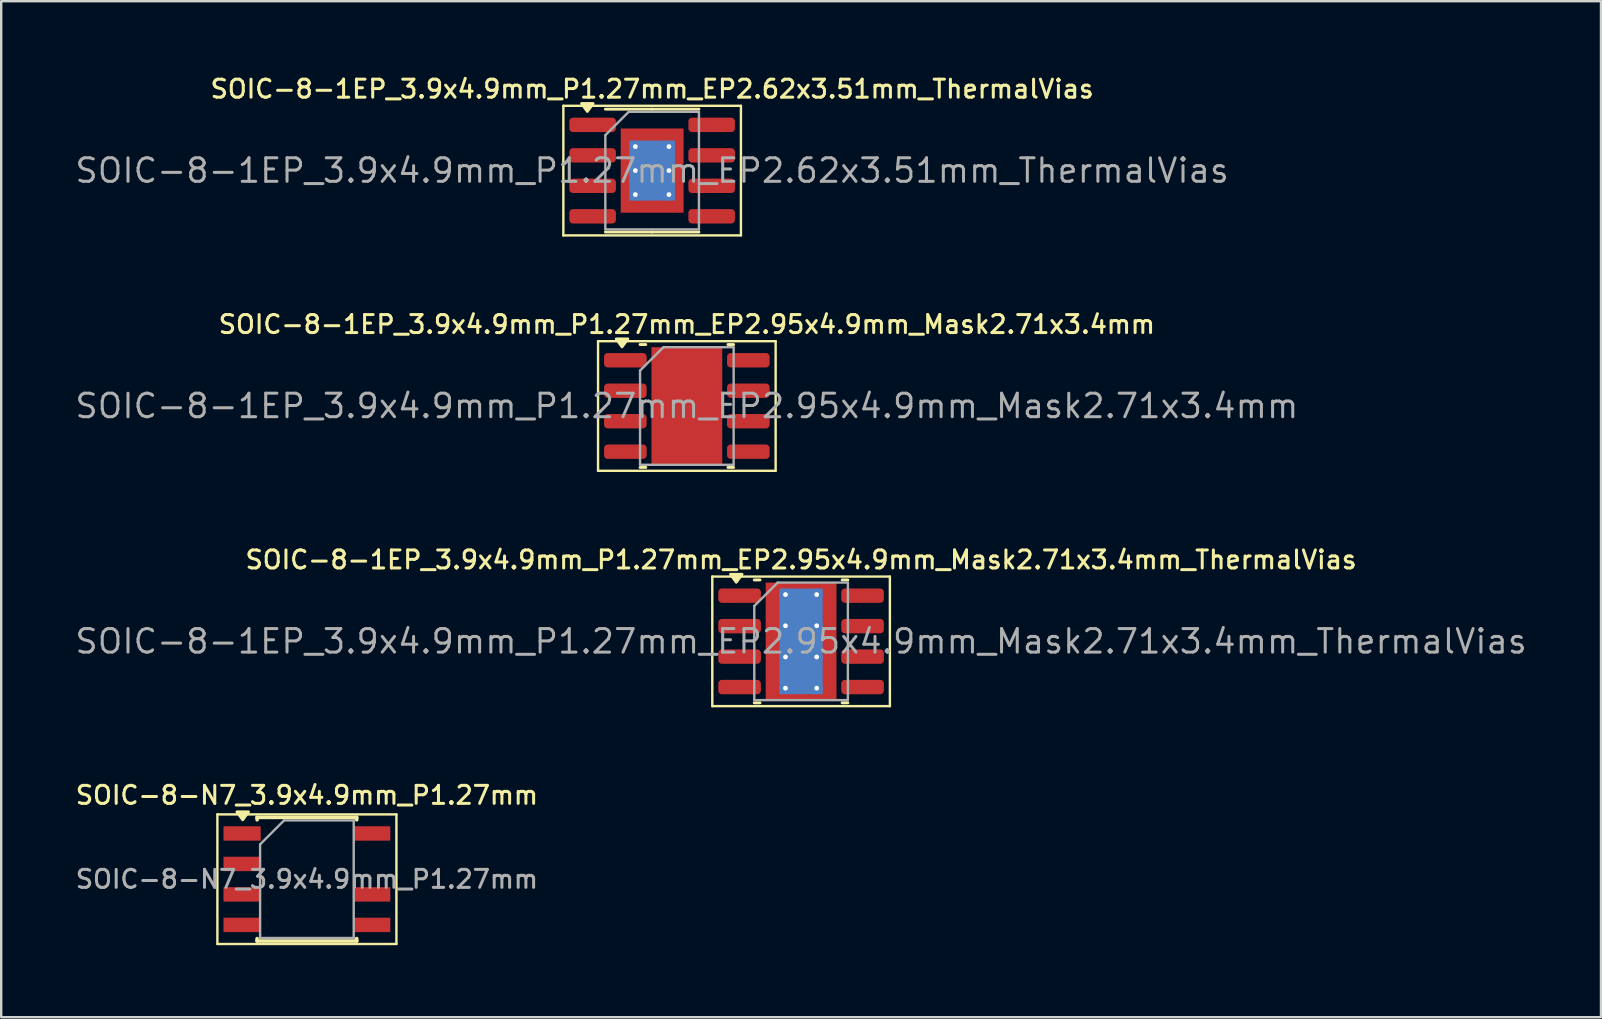
<source format=kicad_pcb>
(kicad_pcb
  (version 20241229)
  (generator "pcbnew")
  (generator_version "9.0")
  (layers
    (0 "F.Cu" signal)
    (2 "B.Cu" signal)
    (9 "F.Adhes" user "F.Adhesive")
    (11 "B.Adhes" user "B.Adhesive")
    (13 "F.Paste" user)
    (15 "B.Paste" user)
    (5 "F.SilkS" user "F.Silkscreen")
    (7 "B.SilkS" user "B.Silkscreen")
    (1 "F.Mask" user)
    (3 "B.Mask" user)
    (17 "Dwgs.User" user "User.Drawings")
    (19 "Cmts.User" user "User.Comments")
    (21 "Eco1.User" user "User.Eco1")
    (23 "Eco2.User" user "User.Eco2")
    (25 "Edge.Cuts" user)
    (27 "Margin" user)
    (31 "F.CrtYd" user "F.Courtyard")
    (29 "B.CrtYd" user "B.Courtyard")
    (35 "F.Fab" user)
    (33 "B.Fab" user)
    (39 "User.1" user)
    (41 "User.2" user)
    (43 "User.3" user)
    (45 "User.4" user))
  (footprint "SOIC-8-1EP_3.9x4.9mm_P1.27mm_EP2.62x3.51mm_ThermalVias"
    (layer "F.Cu")
    (at 24.123 4.058)
    (property "Reference" "SOIC-8-1EP_3.9x4.9mm_P1.27mm_EP2.62x3.51mm_ThermalVias" (at 0 -3.4 0) (layer "F.SilkS") (effects (font (size 0.75 0.75) (thickness 0.125))))
    (attr smd)
    (fp_line (start -3.7 -2.7) (end -3.7 2.7) (stroke (width 0.1) (type solid)) (layer "F.SilkS"))
    (fp_line (start -3.7 2.7) (end 3.7 2.7) (stroke (width 0.1) (type solid)) (layer "F.SilkS"))
    (fp_line (start 0 -2.56) (end -1.95 -2.56) (stroke (width 0.12) (type solid)) (layer "F.SilkS"))
    (fp_line (start 0 -2.56) (end 1.95 -2.56) (stroke (width 0.12) (type solid)) (layer "F.SilkS"))
    (fp_line (start 0 2.56) (end -1.95 2.56) (stroke (width 0.12) (type solid)) (layer "F.SilkS"))
    (fp_line (start 0 2.56) (end 1.95 2.56) (stroke (width 0.12) (type solid)) (layer "F.SilkS"))
    (fp_line (start 3.7 -2.7) (end -3.7 -2.7) (stroke (width 0.1) (type solid)) (layer "F.SilkS"))
    (fp_line (start 3.7 2.7) (end 3.7 -2.7) (stroke (width 0.1) (type solid)) (layer "F.SilkS"))
    (fp_poly (pts (xy -2.7 -2.465) (xy -2.94 -2.795) (xy -2.46 -2.795) (xy -2.7 -2.465)) (stroke (width 0.12) (type solid)) (fill yes) (layer "F.SilkS"))
    (fp_line (start -1.95 -1.475) (end -0.975 -2.45) (stroke (width 0.1) (type solid)) (layer "F.Fab"))
    (fp_line (start -1.95 2.45) (end -1.95 -1.475) (stroke (width 0.1) (type solid)) (layer "F.Fab"))
    (fp_line (start -0.975 -2.45) (end 1.95 -2.45) (stroke (width 0.1) (type solid)) (layer "F.Fab"))
    (fp_line (start 1.95 -2.45) (end 1.95 2.45) (stroke (width 0.1) (type solid)) (layer "F.Fab"))
    (fp_line (start 1.95 2.45) (end -1.95 2.45) (stroke (width 0.1) (type solid)) (layer "F.Fab"))
    (fp_text user "${REFERENCE}" (at 0 0 0) (layer "F.Fab") (effects (font (size 0.98 0.98) (thickness 0.125))))
    (pad "" smd roundrect (at -0.655 -0.875) (size 1.1 1.47) (layers "F.Paste") (roundrect_rratio 0.227))
    (pad "" smd roundrect (at -0.655 0.875) (size 1.1 1.47) (layers "F.Paste") (roundrect_rratio 0.227))
    (pad "" smd roundrect (at 0.655 -0.875) (size 1.1 1.47) (layers "F.Paste") (roundrect_rratio 0.227))
    (pad "" smd roundrect (at 0.655 0.875) (size 1.1 1.47) (layers "F.Paste") (roundrect_rratio 0.227))
    (pad "1" smd roundrect (at -2.48 -1.905) (size 1.94 0.6) (layers "F.Cu" "F.Mask" "F.Paste") (roundrect_rratio 0.25))
    (pad "2" smd roundrect (at -2.48 -0.635) (size 1.94 0.6) (layers "F.Cu" "F.Mask" "F.Paste") (roundrect_rratio 0.25))
    (pad "3" smd roundrect (at -2.48 0.635) (size 1.94 0.6) (layers "F.Cu" "F.Mask" "F.Paste") (roundrect_rratio 0.25))
    (pad "4" smd roundrect (at -2.48 1.905) (size 1.94 0.6) (layers "F.Cu" "F.Mask" "F.Paste") (roundrect_rratio 0.25))
    (pad "5" smd roundrect (at 2.48 1.905) (size 1.94 0.6) (layers "F.Cu" "F.Mask" "F.Paste") (roundrect_rratio 0.25))
    (pad "6" smd roundrect (at 2.48 0.635) (size 1.94 0.6) (layers "F.Cu" "F.Mask" "F.Paste") (roundrect_rratio 0.25))
    (pad "7" smd roundrect (at 2.48 -0.635) (size 1.94 0.6) (layers "F.Cu" "F.Mask" "F.Paste") (roundrect_rratio 0.25))
    (pad "8" smd roundrect (at 2.48 -1.905) (size 1.94 0.6) (layers "F.Cu" "F.Mask" "F.Paste") (roundrect_rratio 0.25))
    (pad "9" thru_hole circle (at -0.7 -1) (size 0.5 0.5) (drill 0.2) (property pad_prop_heatsink) (layers "*.Cu"))
    (pad "9" thru_hole circle (at -0.7 0) (size 0.5 0.5) (drill 0.2) (property pad_prop_heatsink) (layers "*.Cu"))
    (pad "9" thru_hole circle (at -0.7 1) (size 0.5 0.5) (drill 0.2) (property pad_prop_heatsink) (layers "*.Cu"))
    (pad "9" smd rect (at 0 0) (size 1.9 2.5) (property pad_prop_heatsink) (layers "B.Cu"))
    (pad "9" smd rect (at 0 0) (size 2.62 3.51) (property pad_prop_heatsink) (layers "F.Cu" "F.Mask"))
    (pad "9" thru_hole circle (at 0.7 -1) (size 0.5 0.5) (drill 0.2) (property pad_prop_heatsink) (layers "*.Cu"))
    (pad "9" thru_hole circle (at 0.7 0) (size 0.5 0.5) (drill 0.2) (property pad_prop_heatsink) (layers "*.Cu"))
    (pad "9" thru_hole circle (at 0.7 1) (size 0.5 0.5) (drill 0.2) (property pad_prop_heatsink) (layers "*.Cu")))
  (footprint "SOIC-8-1EP_3.9x4.9mm_P1.27mm_EP2.95x4.9mm_Mask2.71x3.4mm_ThermalVias"
    (layer "F.Cu")
    (at 30.329 23.674)
    (property "Reference" "SOIC-8-1EP_3.9x4.9mm_P1.27mm_EP2.95x4.9mm_Mask2.71x3.4mm_ThermalVias" (at 0 -3.4 0) (layer "F.SilkS") (effects (font (size 0.75 0.75) (thickness 0.125))))
    (attr smd)
    (fp_line (start -3.7 -2.7) (end -3.7 2.7) (stroke (width 0.1) (type solid)) (layer "F.SilkS"))
    (fp_line (start -3.7 2.7) (end 3.7 2.7) (stroke (width 0.1) (type solid)) (layer "F.SilkS"))
    (fp_line (start -1.711 -2.56) (end -1.95 -2.56) (stroke (width 0.12) (type solid)) (layer "F.SilkS"))
    (fp_line (start -1.711 2.56) (end -1.95 2.56) (stroke (width 0.12) (type solid)) (layer "F.SilkS"))
    (fp_line (start 1.711 -2.56) (end 1.95 -2.56) (stroke (width 0.12) (type solid)) (layer "F.SilkS"))
    (fp_line (start 1.711 2.56) (end 1.95 2.56) (stroke (width 0.12) (type solid)) (layer "F.SilkS"))
    (fp_line (start 3.7 -2.7) (end -3.7 -2.7) (stroke (width 0.1) (type solid)) (layer "F.SilkS"))
    (fp_line (start 3.7 2.7) (end 3.7 -2.7) (stroke (width 0.1) (type solid)) (layer "F.SilkS"))
    (fp_poly (pts (xy -2.7 -2.465) (xy -2.94 -2.795) (xy -2.46 -2.795) (xy -2.7 -2.465)) (stroke (width 0.12) (type solid)) (fill yes) (layer "F.SilkS"))
    (fp_line (start -1.95 -1.475) (end -0.975 -2.45) (stroke (width 0.1) (type solid)) (layer "F.Fab"))
    (fp_line (start -1.95 2.45) (end -1.95 -1.475) (stroke (width 0.1) (type solid)) (layer "F.Fab"))
    (fp_line (start -0.975 -2.45) (end 1.95 -2.45) (stroke (width 0.1) (type solid)) (layer "F.Fab"))
    (fp_line (start 1.95 -2.45) (end 1.95 2.45) (stroke (width 0.1) (type solid)) (layer "F.Fab"))
    (fp_line (start 1.95 2.45) (end -1.95 2.45) (stroke (width 0.1) (type solid)) (layer "F.Fab"))
    (fp_text user "${REFERENCE}" (at 0 0 0) (layer "F.Fab") (effects (font (size 0.98 0.98) (thickness 0.125))))
    (pad "" smd roundrect (at -0.68 -0.85) (size 1.13 1.42) (layers "F.Paste") (roundrect_rratio 0.221))
    (pad "" smd roundrect (at -0.68 0.85) (size 1.13 1.42) (layers "F.Paste") (roundrect_rratio 0.221))
    (pad "" smd rect (at 0 0) (size 2.71 3.4) (layers "F.Mask"))
    (pad "" smd roundrect (at 0.68 -0.85) (size 1.13 1.42) (layers "F.Paste") (roundrect_rratio 0.221))
    (pad "" smd roundrect (at 0.68 0.85) (size 1.13 1.42) (layers "F.Paste") (roundrect_rratio 0.221))
    (pad "1" smd roundrect (at -2.562 -1.905) (size 1.775 0.6) (layers "F.Cu" "F.Mask" "F.Paste") (roundrect_rratio 0.25))
    (pad "2" smd roundrect (at -2.562 -0.635) (size 1.775 0.6) (layers "F.Cu" "F.Mask" "F.Paste") (roundrect_rratio 0.25))
    (pad "3" smd roundrect (at -2.562 0.635) (size 1.775 0.6) (layers "F.Cu" "F.Mask" "F.Paste") (roundrect_rratio 0.25))
    (pad "4" smd roundrect (at -2.562 1.905) (size 1.775 0.6) (layers "F.Cu" "F.Mask" "F.Paste") (roundrect_rratio 0.25))
    (pad "5" smd roundrect (at 2.562 1.905) (size 1.775 0.6) (layers "F.Cu" "F.Mask" "F.Paste") (roundrect_rratio 0.25))
    (pad "6" smd roundrect (at 2.562 0.635) (size 1.775 0.6) (layers "F.Cu" "F.Mask" "F.Paste") (roundrect_rratio 0.25))
    (pad "7" smd roundrect (at 2.562 -0.635) (size 1.775 0.6) (layers "F.Cu" "F.Mask" "F.Paste") (roundrect_rratio 0.25))
    (pad "8" smd roundrect (at 2.562 -1.905) (size 1.775 0.6) (layers "F.Cu" "F.Mask" "F.Paste") (roundrect_rratio 0.25))
    (pad "9" thru_hole circle (at -0.65 -1.95) (size 0.5 0.5) (drill 0.2) (property pad_prop_heatsink) (layers "*.Cu"))
    (pad "9" thru_hole circle (at -0.65 -0.65) (size 0.5 0.5) (drill 0.2) (property pad_prop_heatsink) (layers "*.Cu"))
    (pad "9" thru_hole circle (at -0.65 0.65) (size 0.5 0.5) (drill 0.2) (property pad_prop_heatsink) (layers "*.Cu"))
    (pad "9" thru_hole circle (at -0.65 1.95) (size 0.5 0.5) (drill 0.2) (property pad_prop_heatsink) (layers "*.Cu"))
    (pad "9" smd rect (at 0 0) (size 1.8 4.4) (property pad_prop_heatsink) (layers "B.Cu"))
    (pad "9" smd rect (at 0 0) (size 2.95 4.9) (property pad_prop_heatsink) (layers "F.Cu"))
    (pad "9" thru_hole circle (at 0.65 -1.95) (size 0.5 0.5) (drill 0.2) (property pad_prop_heatsink) (layers "*.Cu"))
    (pad "9" thru_hole circle (at 0.65 -0.65) (size 0.5 0.5) (drill 0.2) (property pad_prop_heatsink) (layers "*.Cu"))
    (pad "9" thru_hole circle (at 0.65 0.65) (size 0.5 0.5) (drill 0.2) (property pad_prop_heatsink) (layers "*.Cu"))
    (pad "9" thru_hole circle (at 0.65 1.95) (size 0.5 0.5) (drill 0.2) (property pad_prop_heatsink) (layers "*.Cu")))
  (footprint "SOIC-8-N7_3.9x4.9mm_P1.27mm"
    (layer "F.Cu")
    (at 9.738 33.583)
    (property "Reference" "SOIC-8-N7_3.9x4.9mm_P1.27mm" (at 0 -3.5 0) (layer "F.SilkS") (effects (font (size 0.75 0.75) (thickness 0.125))))
    (attr smd)
    (fp_line (start -3.73 -2.7) (end -3.73 2.7) (stroke (width 0.1) (type solid)) (layer "F.SilkS"))
    (fp_line (start -3.73 -2.7) (end 3.73 -2.7) (stroke (width 0.1) (type solid)) (layer "F.SilkS"))
    (fp_line (start -3.73 2.7) (end 3.73 2.7) (stroke (width 0.1) (type solid)) (layer "F.SilkS"))
    (fp_line (start -2.075 -2.575) (end -2.075 -2.475) (stroke (width 0.15) (type solid)) (layer "F.SilkS"))
    (fp_line (start -2.075 -2.575) (end 2.075 -2.575) (stroke (width 0.15) (type solid)) (layer "F.SilkS"))
    (fp_line (start -2.075 2.475) (end -2.075 2.575) (stroke (width 0.15) (type solid)) (layer "F.SilkS"))
    (fp_line (start -2.075 2.575) (end 2.075 2.575) (stroke (width 0.15) (type solid)) (layer "F.SilkS"))
    (fp_line (start 2.075 -2.575) (end 2.075 -2.475) (stroke (width 0.15) (type solid)) (layer "F.SilkS"))
    (fp_line (start 2.075 2.575) (end 2.075 2.475) (stroke (width 0.15) (type solid)) (layer "F.SilkS"))
    (fp_line (start 3.73 -2.7) (end 3.73 2.7) (stroke (width 0.1) (type solid)) (layer "F.SilkS"))
    (fp_poly (pts (xy -2.675 -2.475) (xy -2.915 -2.805) (xy -2.435 -2.805) (xy -2.675 -2.475)) (stroke (width 0.12) (type solid)) (fill yes) (layer "F.SilkS"))
    (fp_line (start -1.95 -1.45) (end -0.95 -2.45) (stroke (width 0.1) (type solid)) (layer "F.Fab"))
    (fp_line (start -1.95 2.45) (end -1.95 -1.45) (stroke (width 0.1) (type solid)) (layer "F.Fab"))
    (fp_line (start -0.95 -2.45) (end 1.95 -2.45) (stroke (width 0.1) (type solid)) (layer "F.Fab"))
    (fp_line (start 1.95 -2.45) (end 1.95 2.45) (stroke (width 0.1) (type solid)) (layer "F.Fab"))
    (fp_line (start 1.95 2.45) (end -1.95 2.45) (stroke (width 0.1) (type solid)) (layer "F.Fab"))
    (fp_text user "${REFERENCE}" (at 0 0 0) (layer "F.Fab") (effects (font (size 0.75 0.75) (thickness 0.125))))
    (pad "1" smd rect (at -2.7 -1.905) (size 1.55 0.6) (layers "F.Cu" "F.Mask" "F.Paste"))
    (pad "2" smd rect (at -2.7 -0.635) (size 1.55 0.6) (layers "F.Cu" "F.Mask" "F.Paste"))
    (pad "3" smd rect (at -2.7 0.635) (size 1.55 0.6) (layers "F.Cu" "F.Mask" "F.Paste"))
    (pad "4" smd rect (at -2.7 1.905) (size 1.55 0.6) (layers "F.Cu" "F.Mask" "F.Paste"))
    (pad "5" smd rect (at 2.7 1.905) (size 1.55 0.6) (layers "F.Cu" "F.Mask" "F.Paste"))
    (pad "6" smd rect (at 2.7 0.635) (size 1.55 0.6) (layers "F.Cu" "F.Mask" "F.Paste"))
    (pad "8" smd rect (at 2.7 -1.905) (size 1.55 0.6) (layers "F.Cu" "F.Mask" "F.Paste")))
  (footprint "SOIC-8-1EP_3.9x4.9mm_P1.27mm_EP2.95x4.9mm_Mask2.71x3.4mm"
    (layer "F.Cu")
    (at 25.569 13.866)
    (property "Reference" "SOIC-8-1EP_3.9x4.9mm_P1.27mm_EP2.95x4.9mm_Mask2.71x3.4mm" (at 0 -3.4 0) (layer "F.SilkS") (effects (font (size 0.75 0.75) (thickness 0.125))))
    (attr smd)
    (fp_line (start -3.7 -2.7) (end -3.7 2.7) (stroke (width 0.1) (type solid)) (layer "F.SilkS"))
    (fp_line (start -3.7 2.7) (end 3.7 2.7) (stroke (width 0.1) (type solid)) (layer "F.SilkS"))
    (fp_line (start -1.711 -2.56) (end -1.95 -2.56) (stroke (width 0.12) (type solid)) (layer "F.SilkS"))
    (fp_line (start -1.711 2.56) (end -1.95 2.56) (stroke (width 0.12) (type solid)) (layer "F.SilkS"))
    (fp_line (start 1.711 -2.56) (end 1.95 -2.56) (stroke (width 0.12) (type solid)) (layer "F.SilkS"))
    (fp_line (start 1.711 2.56) (end 1.95 2.56) (stroke (width 0.12) (type solid)) (layer "F.SilkS"))
    (fp_line (start 3.7 -2.7) (end -3.7 -2.7) (stroke (width 0.1) (type solid)) (layer "F.SilkS"))
    (fp_line (start 3.7 2.7) (end 3.7 -2.7) (stroke (width 0.1) (type solid)) (layer "F.SilkS"))
    (fp_poly (pts (xy -2.7 -2.465) (xy -2.94 -2.795) (xy -2.46 -2.795) (xy -2.7 -2.465)) (stroke (width 0.12) (type solid)) (fill yes) (layer "F.SilkS"))
    (fp_line (start -1.95 -1.475) (end -0.975 -2.45) (stroke (width 0.1) (type solid)) (layer "F.Fab"))
    (fp_line (start -1.95 2.45) (end -1.95 -1.475) (stroke (width 0.1) (type solid)) (layer "F.Fab"))
    (fp_line (start -0.975 -2.45) (end 1.95 -2.45) (stroke (width 0.1) (type solid)) (layer "F.Fab"))
    (fp_line (start 1.95 -2.45) (end 1.95 2.45) (stroke (width 0.1) (type solid)) (layer "F.Fab"))
    (fp_line (start 1.95 2.45) (end -1.95 2.45) (stroke (width 0.1) (type solid)) (layer "F.Fab"))
    (fp_text user "${REFERENCE}" (at 0 0 0) (layer "F.Fab") (effects (font (size 0.98 0.98) (thickness 0.125))))
    (pad "" smd roundrect (at -0.68 -0.85) (size 1.09 1.37) (layers "F.Paste") (roundrect_rratio 0.229))
    (pad "" smd roundrect (at -0.68 0.85) (size 1.09 1.37) (layers "F.Paste") (roundrect_rratio 0.229))
    (pad "" smd rect (at 0 0) (size 2.71 3.4) (layers "F.Mask"))
    (pad "" smd roundrect (at 0.68 -0.85) (size 1.09 1.37) (layers "F.Paste") (roundrect_rratio 0.229))
    (pad "" smd roundrect (at 0.68 0.85) (size 1.09 1.37) (layers "F.Paste") (roundrect_rratio 0.229))
    (pad "1" smd roundrect (at -2.562 -1.905) (size 1.775 0.6) (layers "F.Cu" "F.Mask" "F.Paste") (roundrect_rratio 0.25))
    (pad "2" smd roundrect (at -2.562 -0.635) (size 1.775 0.6) (layers "F.Cu" "F.Mask" "F.Paste") (roundrect_rratio 0.25))
    (pad "3" smd roundrect (at -2.562 0.635) (size 1.775 0.6) (layers "F.Cu" "F.Mask" "F.Paste") (roundrect_rratio 0.25))
    (pad "4" smd roundrect (at -2.562 1.905) (size 1.775 0.6) (layers "F.Cu" "F.Mask" "F.Paste") (roundrect_rratio 0.25))
    (pad "5" smd roundrect (at 2.562 1.905) (size 1.775 0.6) (layers "F.Cu" "F.Mask" "F.Paste") (roundrect_rratio 0.25))
    (pad "6" smd roundrect (at 2.562 0.635) (size 1.775 0.6) (layers "F.Cu" "F.Mask" "F.Paste") (roundrect_rratio 0.25))
    (pad "7" smd roundrect (at 2.562 -0.635) (size 1.775 0.6) (layers "F.Cu" "F.Mask" "F.Paste") (roundrect_rratio 0.25))
    (pad "8" smd roundrect (at 2.562 -1.905) (size 1.775 0.6) (layers "F.Cu" "F.Mask" "F.Paste") (roundrect_rratio 0.25))
    (pad "9" smd rect (at 0 0) (size 2.95 4.9) (property pad_prop_heatsink) (layers "F.Cu")))
  (gr_rect
    (start -3 -3)
    (end 63.659 39.333)
    (stroke (width 0.1) (type default))
    (fill no)
    (layer "Edge.Cuts")))
</source>
